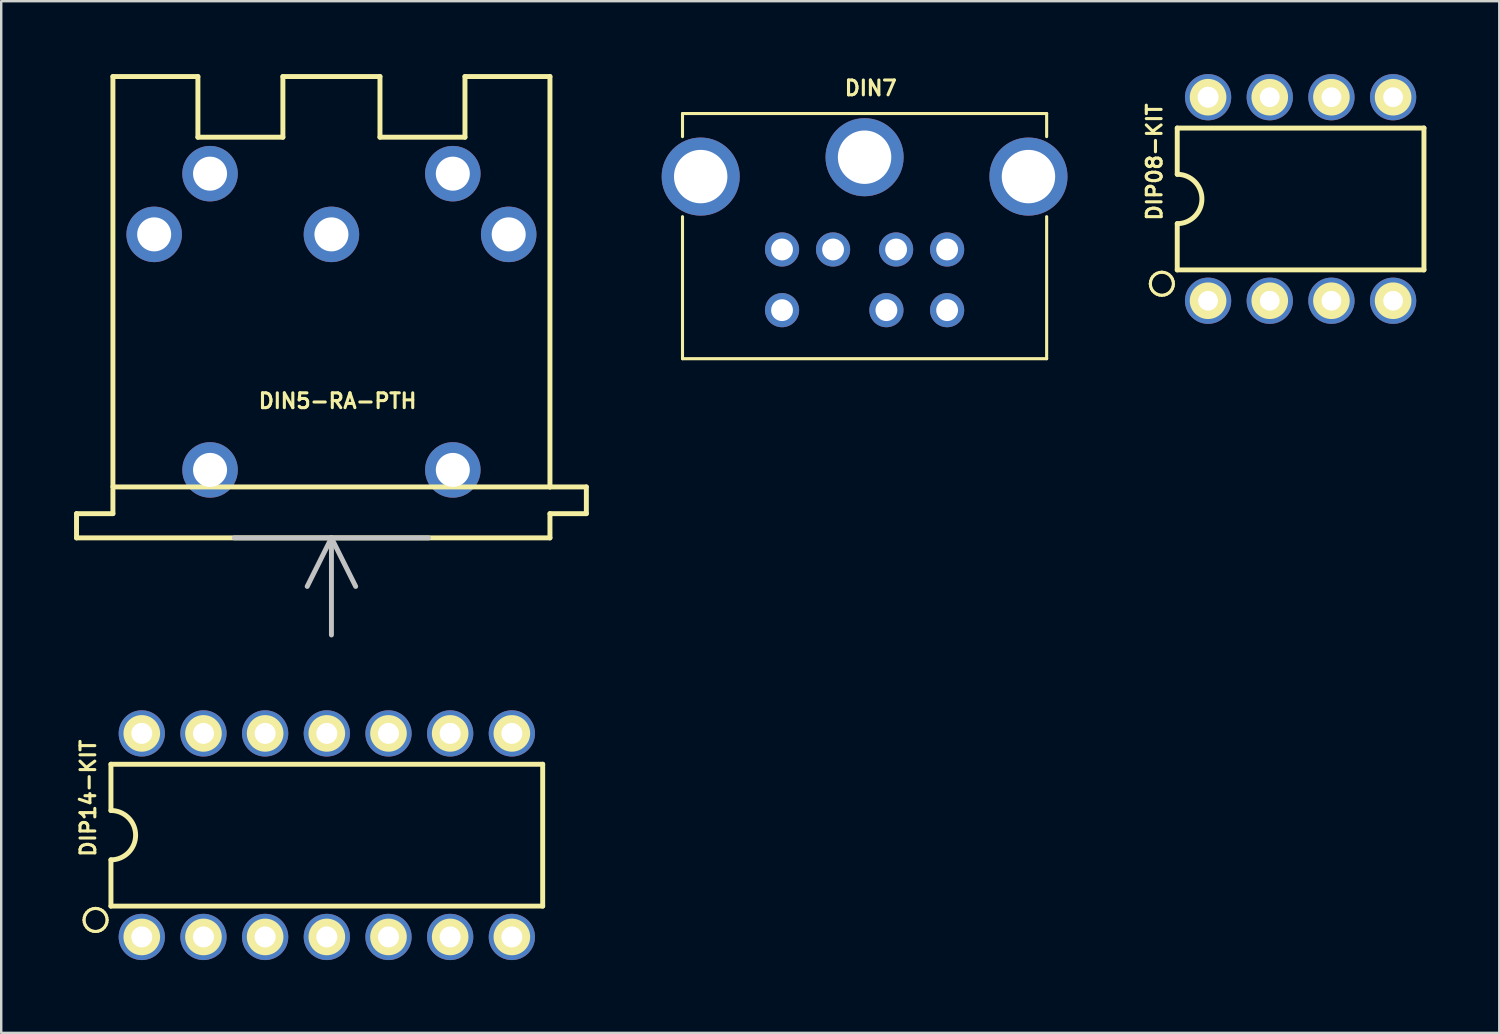
<source format=kicad_pcb>
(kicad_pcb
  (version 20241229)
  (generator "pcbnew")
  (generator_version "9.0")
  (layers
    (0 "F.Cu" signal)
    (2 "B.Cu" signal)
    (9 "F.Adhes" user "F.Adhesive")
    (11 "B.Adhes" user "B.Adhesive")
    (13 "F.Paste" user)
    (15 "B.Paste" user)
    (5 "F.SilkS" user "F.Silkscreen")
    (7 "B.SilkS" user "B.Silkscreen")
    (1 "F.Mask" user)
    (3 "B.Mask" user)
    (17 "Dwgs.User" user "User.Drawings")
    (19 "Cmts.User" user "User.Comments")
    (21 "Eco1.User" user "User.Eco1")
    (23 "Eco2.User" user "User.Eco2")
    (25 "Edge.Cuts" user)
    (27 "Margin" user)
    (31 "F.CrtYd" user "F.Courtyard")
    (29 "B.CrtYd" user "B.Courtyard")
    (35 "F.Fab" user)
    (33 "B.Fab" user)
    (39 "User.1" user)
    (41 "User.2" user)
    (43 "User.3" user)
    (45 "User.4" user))
  (footprint "DIP14-KIT"
    (layer "F.Cu")
    (at 11.679 31.344)
    (property "Reference" "DIP14-KIT" (at -11.1 -1.524 90) (layer "F.SilkS") (effects (font (size 0.61 0.61) (thickness 0.127))))
    (attr exclude_from_pos_files exclude_from_bom)
    (fp_line (start -11.27 3.493) (end -11.257 3.386) (stroke (width 0.127) (type solid)) (layer "F.SilkS"))
    (fp_line (start -11.257 3.386) (end -11.222 3.284) (stroke (width 0.127) (type solid)) (layer "F.SilkS"))
    (fp_line (start -11.257 3.597) (end -11.27 3.493) (stroke (width 0.127) (type solid)) (layer "F.SilkS"))
    (fp_line (start -11.222 3.284) (end -11.166 3.195) (stroke (width 0.127) (type solid)) (layer "F.SilkS"))
    (fp_line (start -11.222 3.698) (end -11.257 3.597) (stroke (width 0.127) (type solid)) (layer "F.SilkS"))
    (fp_line (start -11.166 3.195) (end -11.09 3.119) (stroke (width 0.127) (type solid)) (layer "F.SilkS"))
    (fp_line (start -11.166 3.787) (end -11.222 3.698) (stroke (width 0.127) (type solid)) (layer "F.SilkS"))
    (fp_line (start -11.09 3.119) (end -11.001 3.063) (stroke (width 0.127) (type solid)) (layer "F.SilkS"))
    (fp_line (start -11.09 3.863) (end -11.166 3.787) (stroke (width 0.127) (type solid)) (layer "F.SilkS"))
    (fp_line (start -11.001 3.063) (end -10.899 3.028) (stroke (width 0.127) (type solid)) (layer "F.SilkS"))
    (fp_line (start -11.001 3.919) (end -11.09 3.863) (stroke (width 0.127) (type solid)) (layer "F.SilkS"))
    (fp_line (start -10.899 3.028) (end -10.795 3.015) (stroke (width 0.127) (type solid)) (layer "F.SilkS"))
    (fp_line (start -10.899 3.955) (end -11.001 3.919) (stroke (width 0.127) (type solid)) (layer "F.SilkS"))
    (fp_line (start -10.795 3.015) (end -10.688 3.028) (stroke (width 0.127) (type solid)) (layer "F.SilkS"))
    (fp_line (start -10.795 3.967) (end -10.899 3.955) (stroke (width 0.127) (type solid)) (layer "F.SilkS"))
    (fp_line (start -10.688 3.028) (end -10.587 3.063) (stroke (width 0.127) (type solid)) (layer "F.SilkS"))
    (fp_line (start -10.688 3.955) (end -10.795 3.967) (stroke (width 0.127) (type solid)) (layer "F.SilkS"))
    (fp_line (start -10.587 3.063) (end -10.498 3.119) (stroke (width 0.127) (type solid)) (layer "F.SilkS"))
    (fp_line (start -10.587 3.919) (end -10.688 3.955) (stroke (width 0.127) (type solid)) (layer "F.SilkS"))
    (fp_line (start -10.498 3.119) (end -10.422 3.195) (stroke (width 0.127) (type solid)) (layer "F.SilkS"))
    (fp_line (start -10.498 3.863) (end -10.587 3.919) (stroke (width 0.127) (type solid)) (layer "F.SilkS"))
    (fp_line (start -10.422 3.195) (end -10.366 3.284) (stroke (width 0.127) (type solid)) (layer "F.SilkS"))
    (fp_line (start -10.422 3.787) (end -10.498 3.863) (stroke (width 0.127) (type solid)) (layer "F.SilkS"))
    (fp_line (start -10.366 3.284) (end -10.33 3.386) (stroke (width 0.127) (type solid)) (layer "F.SilkS"))
    (fp_line (start -10.366 3.698) (end -10.422 3.787) (stroke (width 0.127) (type solid)) (layer "F.SilkS"))
    (fp_line (start -10.33 3.386) (end -10.317 3.493) (stroke (width 0.127) (type solid)) (layer "F.SilkS"))
    (fp_line (start -10.33 3.597) (end -10.366 3.698) (stroke (width 0.127) (type solid)) (layer "F.SilkS"))
    (fp_line (start -10.317 3.493) (end -10.33 3.597) (stroke (width 0.127) (type solid)) (layer "F.SilkS"))
    (fp_line (start -10.16 -2.921) (end -10.16 -1.016) (stroke (width 0.203) (type solid)) (layer "F.SilkS"))
    (fp_line (start -10.16 -2.921) (end 7.62 -2.921) (stroke (width 0.203) (type solid)) (layer "F.SilkS"))
    (fp_line (start -10.16 2.921) (end -10.16 1.016) (stroke (width 0.203) (type solid)) (layer "F.SilkS"))
    (fp_line (start -10.16 2.921) (end 7.62 2.921) (stroke (width 0.203) (type solid)) (layer "F.SilkS"))
    (fp_line (start 7.62 -2.921) (end 7.62 2.921) (stroke (width 0.203) (type solid)) (layer "F.SilkS"))
    (fp_arc (start -10.16 -1.016) (mid -9.144 0) (end -10.16 1.016) (stroke (width 0.2032) (type solid)) (layer "F.SilkS"))
    (fp_circle (center -8.89 -4.191) (end -9.423 -4.724) (stroke (width 0) (type solid)) (fill yes) (layer "F.SilkS"))
    (fp_circle (center -8.89 -4.191) (end -9.106 -4.407) (stroke (width 0) (type solid)) (fill yes) (layer "F.SilkS"))
    (fp_circle (center -8.89 4.191) (end -9.423 4.724) (stroke (width 0) (type solid)) (fill yes) (layer "F.SilkS"))
    (fp_circle (center -8.89 4.191) (end -9.106 4.407) (stroke (width 0) (type solid)) (fill yes) (layer "F.SilkS"))
    (fp_circle (center -6.35 -4.191) (end -6.883 -4.724) (stroke (width 0) (type solid)) (fill yes) (layer "F.SilkS"))
    (fp_circle (center -6.35 -4.191) (end -6.566 -4.407) (stroke (width 0) (type solid)) (fill yes) (layer "F.SilkS"))
    (fp_circle (center -6.35 4.191) (end -6.883 4.724) (stroke (width 0) (type solid)) (fill yes) (layer "F.SilkS"))
    (fp_circle (center -6.35 4.191) (end -6.566 4.407) (stroke (width 0) (type solid)) (fill yes) (layer "F.SilkS"))
    (fp_circle (center -3.81 -4.191) (end -4.343 -4.724) (stroke (width 0) (type solid)) (fill yes) (layer "F.SilkS"))
    (fp_circle (center -3.81 -4.191) (end -4.026 -4.407) (stroke (width 0) (type solid)) (fill yes) (layer "F.SilkS"))
    (fp_circle (center -3.81 4.191) (end -4.343 4.724) (stroke (width 0) (type solid)) (fill yes) (layer "F.SilkS"))
    (fp_circle (center -3.81 4.191) (end -4.026 4.407) (stroke (width 0) (type solid)) (fill yes) (layer "F.SilkS"))
    (fp_circle (center -1.27 -4.191) (end -1.803 -4.724) (stroke (width 0) (type solid)) (fill yes) (layer "F.SilkS"))
    (fp_circle (center -1.27 -4.191) (end -1.486 -4.407) (stroke (width 0) (type solid)) (fill yes) (layer "F.SilkS"))
    (fp_circle (center -1.27 4.191) (end -1.803 4.724) (stroke (width 0) (type solid)) (fill yes) (layer "F.SilkS"))
    (fp_circle (center -1.27 4.191) (end -1.486 4.407) (stroke (width 0) (type solid)) (fill yes) (layer "F.SilkS"))
    (fp_circle (center 1.27 -4.191) (end 1.486 -4.407) (stroke (width 0) (type solid)) (fill yes) (layer "F.SilkS"))
    (fp_circle (center 1.27 -4.191) (end 1.803 -4.724) (stroke (width 0) (type solid)) (fill yes) (layer "F.SilkS"))
    (fp_circle (center 1.27 4.191) (end 1.486 4.407) (stroke (width 0) (type solid)) (fill yes) (layer "F.SilkS"))
    (fp_circle (center 1.27 4.191) (end 1.803 4.724) (stroke (width 0) (type solid)) (fill yes) (layer "F.SilkS"))
    (fp_circle (center 3.81 -4.191) (end 4.026 -4.407) (stroke (width 0) (type solid)) (fill yes) (layer "F.SilkS"))
    (fp_circle (center 3.81 -4.191) (end 4.343 -4.724) (stroke (width 0) (type solid)) (fill yes) (layer "F.SilkS"))
    (fp_circle (center 3.81 4.191) (end 4.026 4.407) (stroke (width 0) (type solid)) (fill yes) (layer "F.SilkS"))
    (fp_circle (center 3.81 4.191) (end 4.343 4.724) (stroke (width 0) (type solid)) (fill yes) (layer "F.SilkS"))
    (fp_circle (center 6.35 -4.191) (end 6.566 -4.407) (stroke (width 0) (type solid)) (fill yes) (layer "F.SilkS"))
    (fp_circle (center 6.35 -4.191) (end 6.883 -4.724) (stroke (width 0) (type solid)) (fill yes) (layer "F.SilkS"))
    (fp_circle (center 6.35 4.191) (end 6.566 4.407) (stroke (width 0) (type solid)) (fill yes) (layer "F.SilkS"))
    (fp_circle (center 6.35 4.191) (end 6.883 4.724) (stroke (width 0) (type solid)) (fill yes) (layer "F.SilkS"))
    (pad "1" thru_hole circle (at -8.89 4.191) (size 1.905 1.905) (drill 0.864) (layers "*.Cu" "*.Paste" "*.Mask"))
    (pad "2" thru_hole circle (at -6.35 4.191) (size 1.905 1.905) (drill 0.864) (layers "*.Cu" "*.Paste" "*.Mask"))
    (pad "3" thru_hole circle (at -3.81 4.191) (size 1.905 1.905) (drill 0.864) (layers "*.Cu" "*.Paste" "*.Mask"))
    (pad "4" thru_hole circle (at -1.27 4.191) (size 1.905 1.905) (drill 0.864) (layers "*.Cu" "*.Paste" "*.Mask"))
    (pad "5" thru_hole circle (at 1.27 4.191) (size 1.905 1.905) (drill 0.864) (layers "*.Cu" "*.Paste" "*.Mask"))
    (pad "6" thru_hole circle (at 3.81 4.191) (size 1.905 1.905) (drill 0.864) (layers "*.Cu" "*.Paste" "*.Mask"))
    (pad "7" thru_hole circle (at 6.35 4.191) (size 1.905 1.905) (drill 0.864) (layers "*.Cu" "*.Paste" "*.Mask"))
    (pad "8" thru_hole circle (at 6.35 -4.191) (size 1.905 1.905) (drill 0.864) (layers "*.Cu" "*.Paste" "*.Mask"))
    (pad "9" thru_hole circle (at 3.81 -4.191) (size 1.905 1.905) (drill 0.864) (layers "*.Cu" "*.Paste" "*.Mask"))
    (pad "10" thru_hole circle (at 1.27 -4.191) (size 1.905 1.905) (drill 0.864) (layers "*.Cu" "*.Paste" "*.Mask"))
    (pad "11" thru_hole circle (at -1.27 -4.191) (size 1.905 1.905) (drill 0.864) (layers "*.Cu" "*.Paste" "*.Mask"))
    (pad "12" thru_hole circle (at -3.81 -4.191) (size 1.905 1.905) (drill 0.864) (layers "*.Cu" "*.Paste" "*.Mask"))
    (pad "13" thru_hole circle (at -6.35 -4.191) (size 1.905 1.905) (drill 0.864) (layers "*.Cu" "*.Paste" "*.Mask"))
    (pad "14" thru_hole circle (at -8.89 -4.191) (size 1.905 1.905) (drill 0.864) (layers "*.Cu" "*.Paste" "*.Mask")))
  (footprint "DIP08-KIT"
    (layer "F.Cu")
    (at 50.511 5.144)
    (property "Reference" "DIP08-KIT" (at -6.02 -1.524 90) (layer "F.SilkS") (effects (font (size 0.61 0.61) (thickness 0.127))))
    (attr exclude_from_pos_files exclude_from_bom)
    (fp_line (start -6.19 3.493) (end -6.177 3.386) (stroke (width 0.127) (type solid)) (layer "F.SilkS"))
    (fp_line (start -6.177 3.386) (end -6.142 3.284) (stroke (width 0.127) (type solid)) (layer "F.SilkS"))
    (fp_line (start -6.177 3.597) (end -6.19 3.493) (stroke (width 0.127) (type solid)) (layer "F.SilkS"))
    (fp_line (start -6.142 3.284) (end -6.086 3.195) (stroke (width 0.127) (type solid)) (layer "F.SilkS"))
    (fp_line (start -6.142 3.698) (end -6.177 3.597) (stroke (width 0.127) (type solid)) (layer "F.SilkS"))
    (fp_line (start -6.086 3.195) (end -6.01 3.119) (stroke (width 0.127) (type solid)) (layer "F.SilkS"))
    (fp_line (start -6.086 3.787) (end -6.142 3.698) (stroke (width 0.127) (type solid)) (layer "F.SilkS"))
    (fp_line (start -6.01 3.119) (end -5.921 3.063) (stroke (width 0.127) (type solid)) (layer "F.SilkS"))
    (fp_line (start -6.01 3.863) (end -6.086 3.787) (stroke (width 0.127) (type solid)) (layer "F.SilkS"))
    (fp_line (start -5.921 3.063) (end -5.819 3.028) (stroke (width 0.127) (type solid)) (layer "F.SilkS"))
    (fp_line (start -5.921 3.919) (end -6.01 3.863) (stroke (width 0.127) (type solid)) (layer "F.SilkS"))
    (fp_line (start -5.819 3.028) (end -5.715 3.015) (stroke (width 0.127) (type solid)) (layer "F.SilkS"))
    (fp_line (start -5.819 3.955) (end -5.921 3.919) (stroke (width 0.127) (type solid)) (layer "F.SilkS"))
    (fp_line (start -5.715 3.015) (end -5.608 3.028) (stroke (width 0.127) (type solid)) (layer "F.SilkS"))
    (fp_line (start -5.715 3.967) (end -5.819 3.955) (stroke (width 0.127) (type solid)) (layer "F.SilkS"))
    (fp_line (start -5.608 3.028) (end -5.507 3.063) (stroke (width 0.127) (type solid)) (layer "F.SilkS"))
    (fp_line (start -5.608 3.955) (end -5.715 3.967) (stroke (width 0.127) (type solid)) (layer "F.SilkS"))
    (fp_line (start -5.507 3.063) (end -5.418 3.119) (stroke (width 0.127) (type solid)) (layer "F.SilkS"))
    (fp_line (start -5.507 3.919) (end -5.608 3.955) (stroke (width 0.127) (type solid)) (layer "F.SilkS"))
    (fp_line (start -5.418 3.119) (end -5.342 3.195) (stroke (width 0.127) (type solid)) (layer "F.SilkS"))
    (fp_line (start -5.418 3.863) (end -5.507 3.919) (stroke (width 0.127) (type solid)) (layer "F.SilkS"))
    (fp_line (start -5.342 3.195) (end -5.286 3.284) (stroke (width 0.127) (type solid)) (layer "F.SilkS"))
    (fp_line (start -5.342 3.787) (end -5.418 3.863) (stroke (width 0.127) (type solid)) (layer "F.SilkS"))
    (fp_line (start -5.286 3.284) (end -5.25 3.386) (stroke (width 0.127) (type solid)) (layer "F.SilkS"))
    (fp_line (start -5.286 3.698) (end -5.342 3.787) (stroke (width 0.127) (type solid)) (layer "F.SilkS"))
    (fp_line (start -5.25 3.386) (end -5.237 3.493) (stroke (width 0.127) (type solid)) (layer "F.SilkS"))
    (fp_line (start -5.25 3.597) (end -5.286 3.698) (stroke (width 0.127) (type solid)) (layer "F.SilkS"))
    (fp_line (start -5.237 3.493) (end -5.25 3.597) (stroke (width 0.127) (type solid)) (layer "F.SilkS"))
    (fp_line (start -5.08 -2.921) (end -5.08 -1.016) (stroke (width 0.203) (type solid)) (layer "F.SilkS"))
    (fp_line (start -5.08 -2.921) (end 5.08 -2.921) (stroke (width 0.203) (type solid)) (layer "F.SilkS"))
    (fp_line (start -5.08 2.921) (end -5.08 1.016) (stroke (width 0.203) (type solid)) (layer "F.SilkS"))
    (fp_line (start -5.08 2.921) (end 5.08 2.921) (stroke (width 0.203) (type solid)) (layer "F.SilkS"))
    (fp_line (start 5.08 -2.921) (end 5.08 2.921) (stroke (width 0.203) (type solid)) (layer "F.SilkS"))
    (fp_arc (start -5.08 -1.016) (mid -4.064 0) (end -5.08 1.016) (stroke (width 0.2032) (type solid)) (layer "F.SilkS"))
    (fp_circle (center -3.81 -4.191) (end -4.343 -4.724) (stroke (width 0) (type solid)) (fill yes) (layer "F.SilkS"))
    (fp_circle (center -3.81 -4.191) (end -4.026 -4.407) (stroke (width 0) (type solid)) (fill yes) (layer "F.SilkS"))
    (fp_circle (center -3.81 4.191) (end -4.343 4.724) (stroke (width 0) (type solid)) (fill yes) (layer "F.SilkS"))
    (fp_circle (center -3.81 4.191) (end -4.026 4.407) (stroke (width 0) (type solid)) (fill yes) (layer "F.SilkS"))
    (fp_circle (center -1.27 -4.191) (end -1.803 -4.724) (stroke (width 0) (type solid)) (fill yes) (layer "F.SilkS"))
    (fp_circle (center -1.27 -4.191) (end -1.486 -4.407) (stroke (width 0) (type solid)) (fill yes) (layer "F.SilkS"))
    (fp_circle (center -1.27 4.191) (end -1.803 4.724) (stroke (width 0) (type solid)) (fill yes) (layer "F.SilkS"))
    (fp_circle (center -1.27 4.191) (end -1.486 4.407) (stroke (width 0) (type solid)) (fill yes) (layer "F.SilkS"))
    (fp_circle (center 1.27 -4.191) (end 1.486 -4.407) (stroke (width 0) (type solid)) (fill yes) (layer "F.SilkS"))
    (fp_circle (center 1.27 -4.191) (end 1.803 -4.724) (stroke (width 0) (type solid)) (fill yes) (layer "F.SilkS"))
    (fp_circle (center 1.27 4.191) (end 1.486 4.407) (stroke (width 0) (type solid)) (fill yes) (layer "F.SilkS"))
    (fp_circle (center 1.27 4.191) (end 1.803 4.724) (stroke (width 0) (type solid)) (fill yes) (layer "F.SilkS"))
    (fp_circle (center 3.81 -4.191) (end 4.026 -4.407) (stroke (width 0) (type solid)) (fill yes) (layer "F.SilkS"))
    (fp_circle (center 3.81 -4.191) (end 4.343 -4.724) (stroke (width 0) (type solid)) (fill yes) (layer "F.SilkS"))
    (fp_circle (center 3.81 4.191) (end 4.026 4.407) (stroke (width 0) (type solid)) (fill yes) (layer "F.SilkS"))
    (fp_circle (center 3.81 4.191) (end 4.343 4.724) (stroke (width 0) (type solid)) (fill yes) (layer "F.SilkS"))
    (pad "1" thru_hole circle (at -3.81 4.191) (size 1.905 1.905) (drill 0.813) (layers "*.Cu" "*.Paste" "*.Mask"))
    (pad "2" thru_hole circle (at -1.27 4.191) (size 1.905 1.905) (drill 0.813) (layers "*.Cu" "*.Paste" "*.Mask"))
    (pad "3" thru_hole circle (at 1.27 4.191) (size 1.905 1.905) (drill 0.813) (layers "*.Cu" "*.Paste" "*.Mask"))
    (pad "4" thru_hole circle (at 3.81 4.191) (size 1.905 1.905) (drill 0.813) (layers "*.Cu" "*.Paste" "*.Mask"))
    (pad "5" thru_hole circle (at 3.81 -4.191) (size 1.905 1.905) (drill 0.813) (layers "*.Cu" "*.Paste" "*.Mask"))
    (pad "6" thru_hole circle (at 1.27 -4.191) (size 1.905 1.905) (drill 0.813) (layers "*.Cu" "*.Paste" "*.Mask"))
    (pad "7" thru_hole circle (at -1.27 -4.191) (size 1.905 1.905) (drill 0.813) (layers "*.Cu" "*.Paste" "*.Mask"))
    (pad "8" thru_hole circle (at -3.81 -4.191) (size 1.905 1.905) (drill 0.864) (layers "*.Cu" "*.Paste" "*.Mask")))
  (footprint "DIN7"
    (layer "F.Cu")
    (at 32.555 3.424)
    (property "Reference" "DIN7" (at 0.254 -2.845 0) (layer "F.SilkS") (effects (font (size 0.61 0.61) (thickness 0.127))))
    (attr exclude_from_pos_files exclude_from_bom)
    (fp_line (start -7.498 -1.798) (end -7.498 -0.848) (stroke (width 0.127) (type solid)) (layer "F.SilkS"))
    (fp_line (start -7.498 -1.798) (end 7.498 -1.798) (stroke (width 0.127) (type solid)) (layer "F.SilkS"))
    (fp_line (start -7.498 8.298) (end -7.498 2.449) (stroke (width 0.127) (type solid)) (layer "F.SilkS"))
    (fp_line (start -7.498 8.298) (end 7.498 8.298) (stroke (width 0.127) (type solid)) (layer "F.SilkS"))
    (fp_line (start 7.498 -1.798) (end 7.498 -0.848) (stroke (width 0.127) (type solid)) (layer "F.SilkS"))
    (fp_line (start 7.498 8.298) (end 7.498 2.449) (stroke (width 0.127) (type solid)) (layer "F.SilkS"))
    (pad "1" thru_hole circle (at 1.298 3.8) (size 1.407 1.407) (drill 0.899) (layers "*.Cu" "*.Paste" "*.Mask"))
    (pad "2" thru_hole circle (at -1.298 3.8) (size 1.407 1.407) (drill 0.899) (layers "*.Cu" "*.Paste" "*.Mask"))
    (pad "3" thru_hole circle (at -3.399 3.8) (size 1.407 1.407) (drill 0.899) (layers "*.Cu" "*.Paste" "*.Mask"))
    (pad "4" thru_hole circle (at 3.399 3.8) (size 1.407 1.407) (drill 0.899) (layers "*.Cu" "*.Paste" "*.Mask"))
    (pad "5" thru_hole circle (at -3.399 6.299) (size 1.407 1.407) (drill 0.899) (layers "*.Cu" "*.Paste" "*.Mask"))
    (pad "6" thru_hole circle (at 0.899 6.299) (size 1.407 1.407) (drill 0.899) (layers "*.Cu" "*.Paste" "*.Mask"))
    (pad "7" thru_hole circle (at 3.399 6.299) (size 1.407 1.407) (drill 0.899) (layers "*.Cu" "*.Paste" "*.Mask"))
    (pad "P$1" thru_hole circle (at 0 0) (size 3.216 3.216) (drill 2.2) (layers "*.Cu" "*.Paste" "*.Mask"))
    (pad "P$2" thru_hole circle (at -6.749 0.798) (size 3.216 3.216) (drill 2.2) (layers "*.Cu" "*.Paste" "*.Mask"))
    (pad "P$3" thru_hole circle (at 6.749 0.798) (size 3.216 3.216) (drill 2.2) (layers "*.Cu" "*.Paste" "*.Mask")))
  (footprint "DIN5-RA-PTH"
    (layer "F.Cu")
    (at 10.599 19.101)
    (property "Reference" "DIN5-RA-PTH" (at 0.254 -5.639 0) (layer "F.SilkS") (effects (font (size 0.61 0.61) (thickness 0.127))))
    (attr exclude_from_pos_files exclude_from_bom)
    (fp_line (start -10.498 -0.998) (end -10.498 0) (stroke (width 0.203) (type solid)) (layer "F.SilkS"))
    (fp_line (start -10.498 0) (end 8.999 0) (stroke (width 0.203) (type solid)) (layer "F.SilkS"))
    (fp_line (start -8.999 -18.999) (end -8.999 -2.098) (stroke (width 0.203) (type solid)) (layer "F.SilkS"))
    (fp_line (start -8.999 -2.098) (end 8.999 -2.098) (stroke (width 0.203) (type solid)) (layer "F.SilkS"))
    (fp_line (start -8.999 -1.999) (end -8.999 -0.998) (stroke (width 0.203) (type solid)) (layer "F.SilkS"))
    (fp_line (start -8.999 -0.998) (end -10.498 -0.998) (stroke (width 0.203) (type solid)) (layer "F.SilkS"))
    (fp_line (start -5.499 -18.999) (end -8.999 -18.999) (stroke (width 0.203) (type solid)) (layer "F.SilkS"))
    (fp_line (start -5.499 -18.999) (end -5.499 -16.5) (stroke (width 0.203) (type solid)) (layer "F.SilkS"))
    (fp_line (start -1.999 -18.999) (end -1.999 -16.5) (stroke (width 0.203) (type solid)) (layer "F.SilkS"))
    (fp_line (start -1.999 -16.5) (end -5.499 -16.5) (stroke (width 0.203) (type solid)) (layer "F.SilkS"))
    (fp_line (start 1.999 -18.999) (end -1.999 -18.999) (stroke (width 0.203) (type solid)) (layer "F.SilkS"))
    (fp_line (start 1.999 -18.999) (end 1.999 -16.5) (stroke (width 0.203) (type solid)) (layer "F.SilkS"))
    (fp_line (start 5.499 -18.999) (end 5.499 -16.5) (stroke (width 0.203) (type solid)) (layer "F.SilkS"))
    (fp_line (start 5.499 -16.5) (end 1.999 -16.5) (stroke (width 0.203) (type solid)) (layer "F.SilkS"))
    (fp_line (start 8.999 -18.999) (end 5.499 -18.999) (stroke (width 0.203) (type solid)) (layer "F.SilkS"))
    (fp_line (start 8.999 -2.098) (end 8.999 -18.999) (stroke (width 0.203) (type solid)) (layer "F.SilkS"))
    (fp_line (start 8.999 -0.998) (end 10.498 -0.998) (stroke (width 0.203) (type solid)) (layer "F.SilkS"))
    (fp_line (start 8.999 0) (end 8.999 -0.998) (stroke (width 0.203) (type solid)) (layer "F.SilkS"))
    (fp_line (start 10.498 -2.098) (end 8.999 -2.098) (stroke (width 0.203) (type solid)) (layer "F.SilkS"))
    (fp_line (start 10.498 -0.998) (end 10.498 -2.098) (stroke (width 0.203) (type solid)) (layer "F.SilkS"))
    (fp_line (start -3.998 0) (end 0 0) (stroke (width 0.203) (type solid)) (layer "Dwgs.User"))
    (fp_line (start -0.998 1.999) (end 0 0) (stroke (width 0.203) (type solid)) (layer "Dwgs.User"))
    (fp_line (start 0 0) (end 3.998 0) (stroke (width 0.203) (type solid)) (layer "Dwgs.User"))
    (fp_line (start 0 3.998) (end 0 0) (stroke (width 0.203) (type solid)) (layer "Dwgs.User"))
    (fp_line (start 0.998 1.999) (end 0 0) (stroke (width 0.203) (type solid)) (layer "Dwgs.User"))
    (pad "1" thru_hole circle (at 7.3 -12.499) (size 2.286 2.286) (drill 1.4) (layers "*.Cu" "*.Paste" "*.Mask"))
    (pad "2" thru_hole circle (at 0 -12.499) (size 2.286 2.286) (drill 1.4) (layers "*.Cu" "*.Paste" "*.Mask"))
    (pad "3" thru_hole circle (at -7.3 -12.499) (size 2.286 2.286) (drill 1.4) (layers "*.Cu" "*.Paste" "*.Mask"))
    (pad "4" thru_hole circle (at 4.999 -14.999) (size 2.286 2.286) (drill 1.4) (layers "*.Cu" "*.Paste" "*.Mask"))
    (pad "5" thru_hole circle (at -4.999 -14.999) (size 2.286 2.286) (drill 1.4) (layers "*.Cu" "*.Paste" "*.Mask"))
    (pad "6" thru_hole circle (at -4.999 -2.799) (size 2.286 2.286) (drill 1.4) (layers "*.Cu" "*.Paste" "*.Mask"))
    (pad "7" thru_hole circle (at 4.999 -2.799) (size 2.286 2.286) (drill 1.4) (layers "*.Cu" "*.Paste" "*.Mask")))
  (gr_rect
    (start -3 -3)
    (end 58.693 39.487)
    (stroke (width 0.1) (type default))
    (fill no)
    (layer "Edge.Cuts")))
</source>
